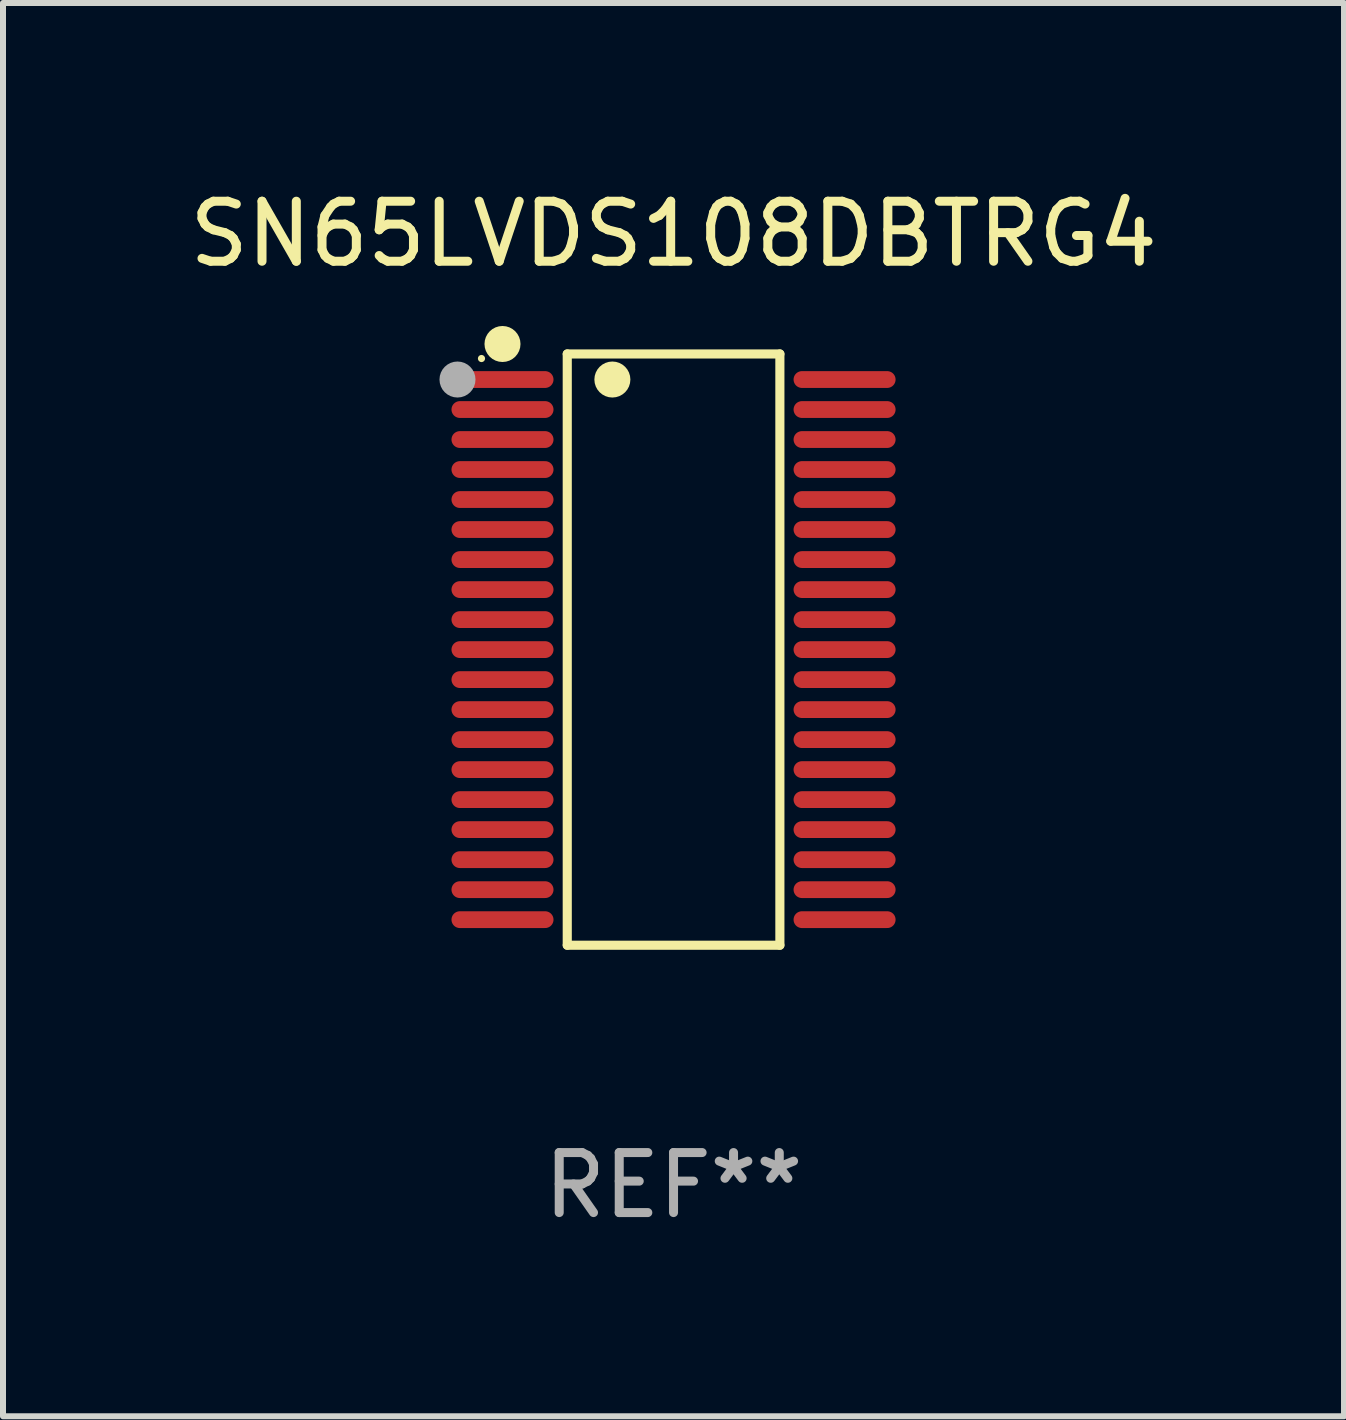
<source format=kicad_pcb>
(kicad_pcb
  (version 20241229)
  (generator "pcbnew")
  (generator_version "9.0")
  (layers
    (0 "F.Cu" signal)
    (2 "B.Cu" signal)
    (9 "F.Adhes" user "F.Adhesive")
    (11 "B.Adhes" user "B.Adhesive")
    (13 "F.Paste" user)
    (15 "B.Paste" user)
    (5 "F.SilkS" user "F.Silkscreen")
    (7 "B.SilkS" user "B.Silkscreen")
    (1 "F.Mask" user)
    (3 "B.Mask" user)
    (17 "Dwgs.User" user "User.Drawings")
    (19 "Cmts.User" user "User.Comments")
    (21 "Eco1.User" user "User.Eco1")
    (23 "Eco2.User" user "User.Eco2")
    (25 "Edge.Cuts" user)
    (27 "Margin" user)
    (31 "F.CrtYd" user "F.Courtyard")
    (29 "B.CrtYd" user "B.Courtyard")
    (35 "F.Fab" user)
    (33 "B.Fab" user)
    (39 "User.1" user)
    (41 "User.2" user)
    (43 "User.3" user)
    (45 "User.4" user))
  (footprint "SN65LVDS108DBTRG4"
    (layer "F.Cu")
    (at 8.173 7.774)
    (property "Reference" "SN65LVDS108DBTRG4" (at 0 -6.926 0) (layer "F.SilkS") (effects (font (size 1 1) (thickness 0.15))))
    (attr through_hole)
    (fp_line (start -1.771 -4.926) (end 1.772 -4.926) (stroke (width 0.152) (type solid)) (layer "F.SilkS"))
    (fp_line (start -1.771 4.926) (end -1.771 -4.926) (stroke (width 0.152) (type solid)) (layer "F.SilkS"))
    (fp_line (start 1.772 -4.926) (end 1.772 4.926) (stroke (width 0.152) (type solid)) (layer "F.SilkS"))
    (fp_line (start 1.772 4.926) (end -1.771 4.926) (stroke (width 0.152) (type solid)) (layer "F.SilkS"))
    (fp_circle (center -3.2 -4.85) (end -3.17 -4.85) (stroke (width 0.06) (type solid)) (fill no) (layer "F.SilkS"))
    (fp_circle (center -2.85 -5.092) (end -2.7 -5.092) (stroke (width 0.3) (type solid)) (fill no) (layer "F.SilkS"))
    (fp_circle (center -1.019 -4.5) (end -0.869 -4.5) (stroke (width 0.3) (type solid)) (fill no) (layer "F.SilkS"))
    (fp_circle (center -3.6 -4.5) (end -3.45 -4.5) (stroke (width 0.3) (type solid)) (fill no) (layer "F.Fab"))
    (fp_text user "REF**" (at 0 8.926 0) (layer "F.Fab") (effects (font (size 1 1) (thickness 0.15))))
    (pad "1" smd oval (at -2.85 -4.5 270) (size 0.28 1.7) (layers "F.Cu" "F.Mask" "F.Paste"))
    (pad "2" smd oval (at -2.85 -4 270) (size 0.28 1.7) (layers "F.Cu" "F.Mask" "F.Paste"))
    (pad "3" smd oval (at -2.85 -3.5 270) (size 0.28 1.7) (layers "F.Cu" "F.Mask" "F.Paste"))
    (pad "4" smd oval (at -2.85 -3 270) (size 0.28 1.7) (layers "F.Cu" "F.Mask" "F.Paste"))
    (pad "5" smd oval (at -2.85 -2.5 270) (size 0.28 1.7) (layers "F.Cu" "F.Mask" "F.Paste"))
    (pad "6" smd oval (at -2.85 -2 270) (size 0.28 1.7) (layers "F.Cu" "F.Mask" "F.Paste"))
    (pad "7" smd oval (at -2.85 -1.5 270) (size 0.28 1.7) (layers "F.Cu" "F.Mask" "F.Paste"))
    (pad "8" smd oval (at -2.85 -1 270) (size 0.28 1.7) (layers "F.Cu" "F.Mask" "F.Paste"))
    (pad "9" smd oval (at -2.85 -0.5 270) (size 0.28 1.7) (layers "F.Cu" "F.Mask" "F.Paste"))
    (pad "10" smd oval (at -2.85 0.000051 270) (size 0.28 1.7) (layers "F.Cu" "F.Mask" "F.Paste"))
    (pad "11" smd oval (at -2.85 0.5 270) (size 0.28 1.7) (layers "F.Cu" "F.Mask" "F.Paste"))
    (pad "12" smd oval (at -2.85 1 270) (size 0.28 1.7) (layers "F.Cu" "F.Mask" "F.Paste"))
    (pad "13" smd oval (at -2.85 1.5 270) (size 0.28 1.7) (layers "F.Cu" "F.Mask" "F.Paste"))
    (pad "14" smd oval (at -2.85 2 270) (size 0.28 1.7) (layers "F.Cu" "F.Mask" "F.Paste"))
    (pad "15" smd oval (at -2.85 2.5 270) (size 0.28 1.7) (layers "F.Cu" "F.Mask" "F.Paste"))
    (pad "16" smd oval (at -2.85 3 270) (size 0.28 1.7) (layers "F.Cu" "F.Mask" "F.Paste"))
    (pad "17" smd oval (at -2.85 3.5 270) (size 0.28 1.7) (layers "F.Cu" "F.Mask" "F.Paste"))
    (pad "18" smd oval (at -2.85 4 270) (size 0.28 1.7) (layers "F.Cu" "F.Mask" "F.Paste"))
    (pad "19" smd oval (at -2.85 4.5 270) (size 0.28 1.7) (layers "F.Cu" "F.Mask" "F.Paste"))
    (pad "20" smd oval (at 2.85 4.5 270) (size 0.28 1.7) (layers "F.Cu" "F.Mask" "F.Paste"))
    (pad "21" smd oval (at 2.85 4 270) (size 0.28 1.7) (layers "F.Cu" "F.Mask" "F.Paste"))
    (pad "22" smd oval (at 2.85 3.5 270) (size 0.28 1.7) (layers "F.Cu" "F.Mask" "F.Paste"))
    (pad "23" smd oval (at 2.85 3 270) (size 0.28 1.7) (layers "F.Cu" "F.Mask" "F.Paste"))
    (pad "24" smd oval (at 2.85 2.5 270) (size 0.28 1.7) (layers "F.Cu" "F.Mask" "F.Paste"))
    (pad "25" smd oval (at 2.85 2 270) (size 0.28 1.7) (layers "F.Cu" "F.Mask" "F.Paste"))
    (pad "26" smd oval (at 2.85 1.5 270) (size 0.28 1.7) (layers "F.Cu" "F.Mask" "F.Paste"))
    (pad "27" smd oval (at 2.85 1 270) (size 0.28 1.7) (layers "F.Cu" "F.Mask" "F.Paste"))
    (pad "28" smd oval (at 2.85 0.5 270) (size 0.28 1.7) (layers "F.Cu" "F.Mask" "F.Paste"))
    (pad "29" smd oval (at 2.85 0.000051 270) (size 0.28 1.7) (layers "F.Cu" "F.Mask" "F.Paste"))
    (pad "30" smd oval (at 2.85 -0.5 270) (size 0.28 1.7) (layers "F.Cu" "F.Mask" "F.Paste"))
    (pad "31" smd oval (at 2.85 -1 270) (size 0.28 1.7) (layers "F.Cu" "F.Mask" "F.Paste"))
    (pad "32" smd oval (at 2.85 -1.5 270) (size 0.28 1.7) (layers "F.Cu" "F.Mask" "F.Paste"))
    (pad "33" smd oval (at 2.85 -2 270) (size 0.28 1.7) (layers "F.Cu" "F.Mask" "F.Paste"))
    (pad "34" smd oval (at 2.85 -2.5 270) (size 0.28 1.7) (layers "F.Cu" "F.Mask" "F.Paste"))
    (pad "35" smd oval (at 2.85 -3 270) (size 0.28 1.7) (layers "F.Cu" "F.Mask" "F.Paste"))
    (pad "36" smd oval (at 2.85 -3.5 270) (size 0.28 1.7) (layers "F.Cu" "F.Mask" "F.Paste"))
    (pad "37" smd oval (at 2.85 -4 270) (size 0.28 1.7) (layers "F.Cu" "F.Mask" "F.Paste"))
    (pad "38" smd oval (at 2.85 -4.5 270) (size 0.28 1.7) (layers "F.Cu" "F.Mask" "F.Paste")))
  (gr_rect
    (start -3 -3)
    (end 19.345 20.549)
    (stroke (width 0.1) (type default))
    (fill no)
    (layer "Edge.Cuts")))
</source>
